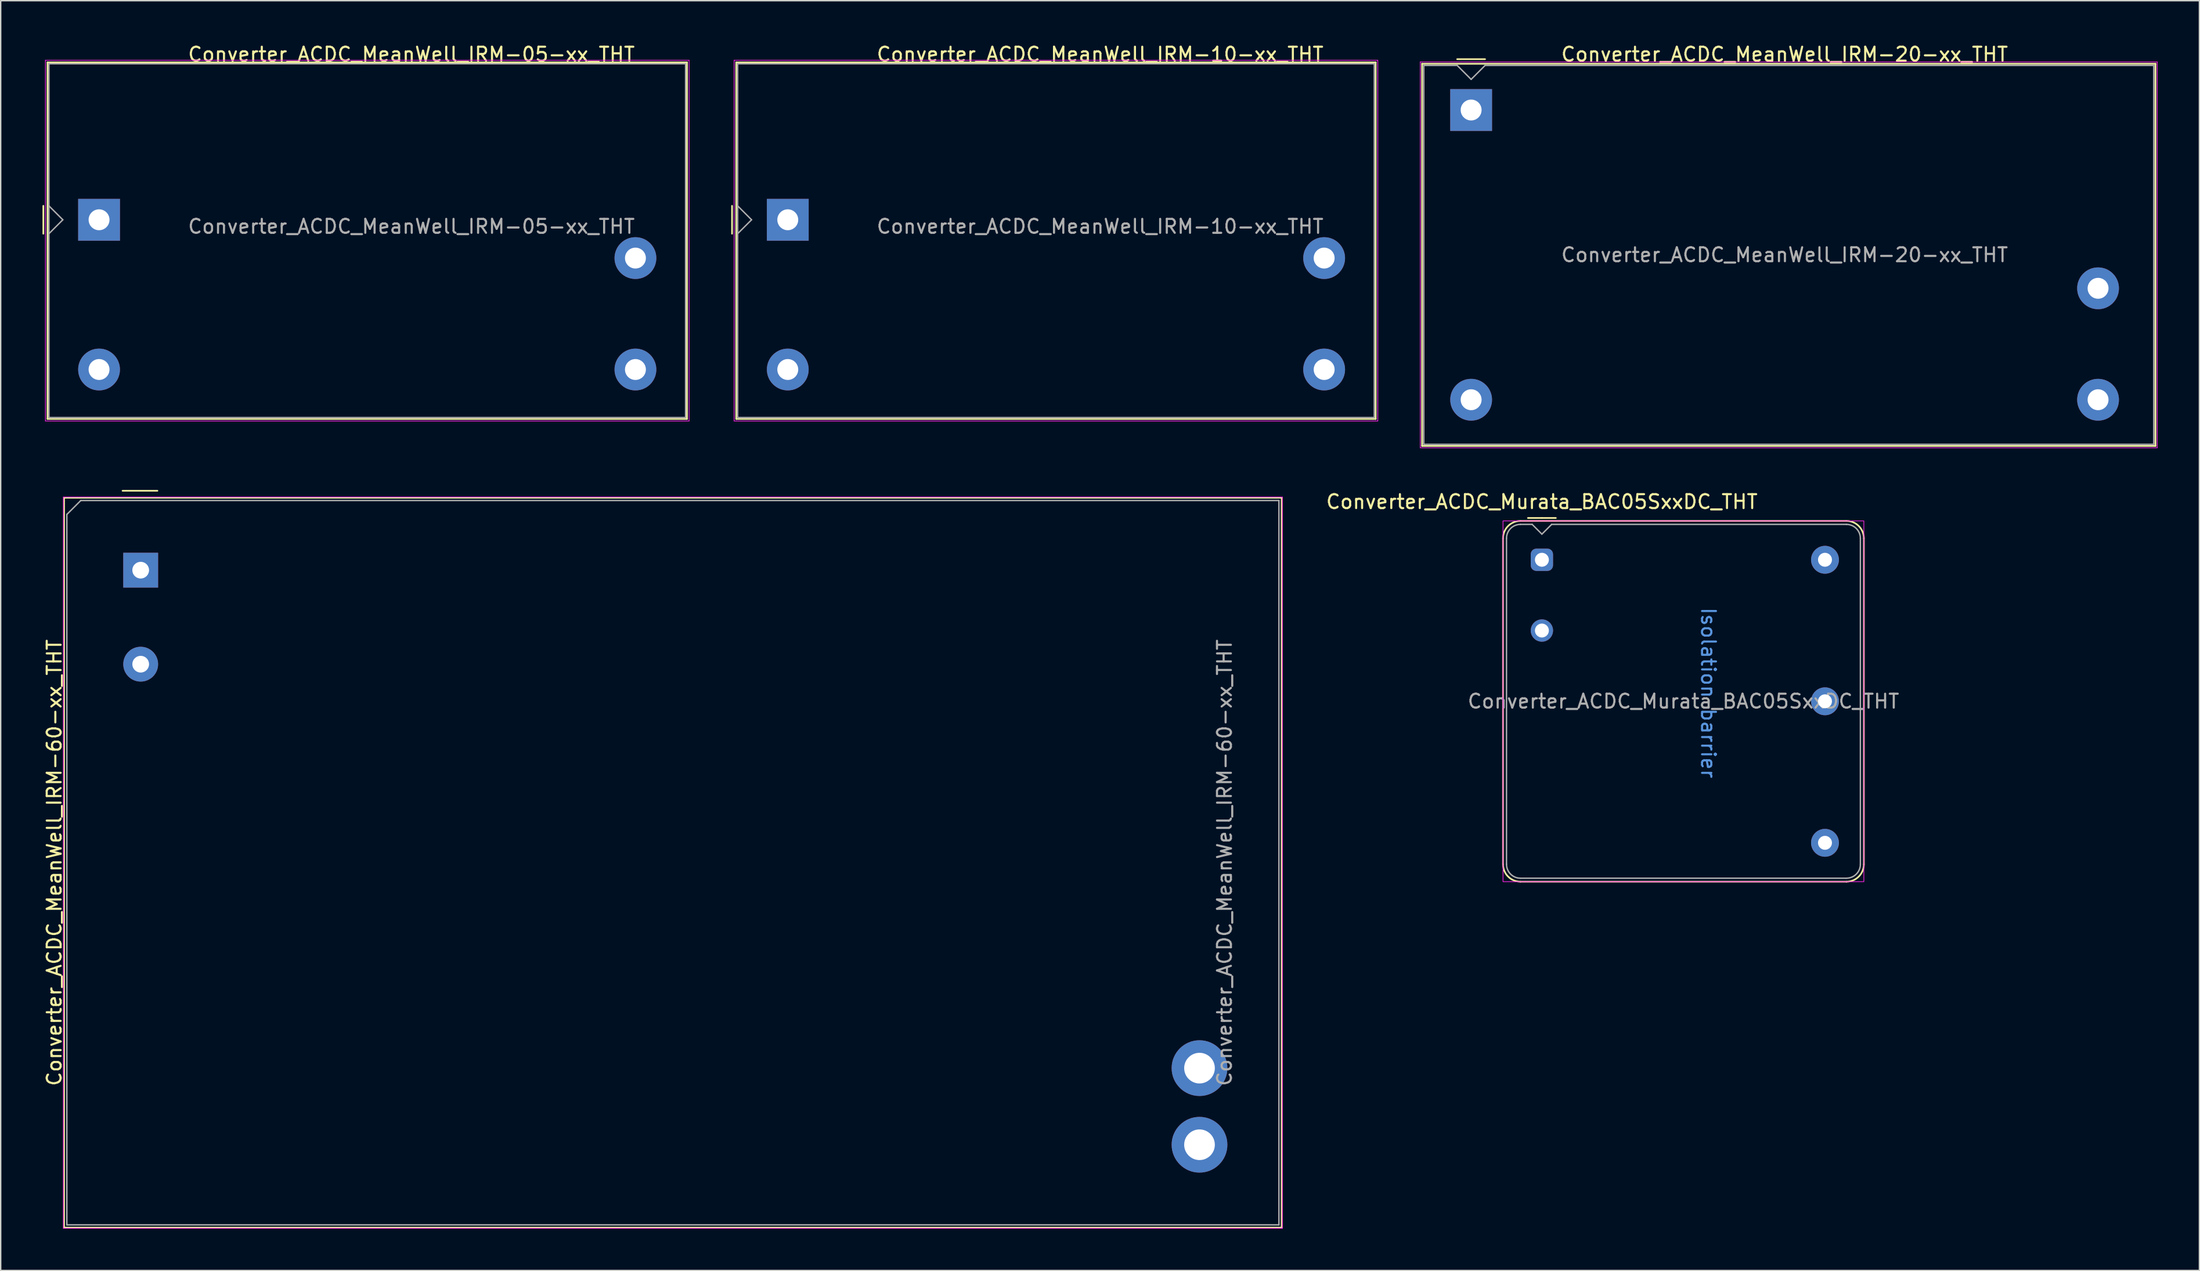
<source format=kicad_pcb>
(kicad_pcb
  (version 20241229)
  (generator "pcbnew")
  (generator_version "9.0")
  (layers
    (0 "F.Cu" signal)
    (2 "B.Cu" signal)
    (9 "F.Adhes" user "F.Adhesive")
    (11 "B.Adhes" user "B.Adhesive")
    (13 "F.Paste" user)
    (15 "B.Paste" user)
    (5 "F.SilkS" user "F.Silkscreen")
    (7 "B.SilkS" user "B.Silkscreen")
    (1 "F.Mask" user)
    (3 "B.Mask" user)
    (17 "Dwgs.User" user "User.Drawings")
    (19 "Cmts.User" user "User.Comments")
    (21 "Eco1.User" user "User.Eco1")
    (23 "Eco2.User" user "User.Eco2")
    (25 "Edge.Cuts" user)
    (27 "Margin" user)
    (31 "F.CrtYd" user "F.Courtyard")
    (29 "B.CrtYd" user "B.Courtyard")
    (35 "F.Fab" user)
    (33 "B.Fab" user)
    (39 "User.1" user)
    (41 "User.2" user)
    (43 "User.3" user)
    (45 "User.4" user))
  (footprint "Converter_ACDC_MeanWell_IRM-05-xx_THT"
    (layer "F.Cu")
    (at 4.06 12.728)
    (property "Reference" "Converter_ACDC_MeanWell_IRM-05-xx_THT" (at 22.42 -11.88 0) (layer "F.SilkS") (effects (font (size 1 1) (thickness 0.15))))
    (attr through_hole)
    (fp_line (start -4 -1) (end -4 1) (stroke (width 0.12) (type solid)) (layer "F.SilkS"))
    (fp_line (start -3.7 -11.3) (end -3.7 14.3) (stroke (width 0.12) (type solid)) (layer "F.SilkS"))
    (fp_line (start -3.7 -11.3) (end 42.2 -11.3) (stroke (width 0.12) (type solid)) (layer "F.SilkS"))
    (fp_line (start -3.7 14.3) (end 42.2 14.3) (stroke (width 0.12) (type solid)) (layer "F.SilkS"))
    (fp_line (start 42.2 -11.3) (end 42.2 14.3) (stroke (width 0.12) (type solid)) (layer "F.SilkS"))
    (fp_line (start -3.85 -11.45) (end -3.85 14.45) (stroke (width 0.05) (type solid)) (layer "F.CrtYd"))
    (fp_line (start -3.85 -11.45) (end 42.35 -11.45) (stroke (width 0.05) (type solid)) (layer "F.CrtYd"))
    (fp_line (start -3.85 14.45) (end 42.35 14.45) (stroke (width 0.05) (type solid)) (layer "F.CrtYd"))
    (fp_line (start 42.35 -11.45) (end 42.35 14.45) (stroke (width 0.05) (type solid)) (layer "F.CrtYd"))
    (fp_line (start -3.6 -11.2) (end -3.6 14.2) (stroke (width 0.1) (type solid)) (layer "F.Fab"))
    (fp_line (start -3.6 14.2) (end 42.1 14.2) (stroke (width 0.1) (type solid)) (layer "F.Fab"))
    (fp_line (start -2.6 0) (end -3.6 -1) (stroke (width 0.1) (type solid)) (layer "F.Fab"))
    (fp_line (start -2.6 0) (end -3.6 1) (stroke (width 0.1) (type solid)) (layer "F.Fab"))
    (fp_line (start 42.1 -11.2) (end -3.6 -11.2) (stroke (width 0.1) (type solid)) (layer "F.Fab"))
    (fp_line (start 42.1 -11.2) (end 42.1 14.2) (stroke (width 0.1) (type solid)) (layer "F.Fab"))
    (fp_text user "${REFERENCE}" (at 22.42 0.48 0) (layer "F.Fab") (effects (font (size 1 1) (thickness 0.15))))
    (pad "1" thru_hole rect (at 0 0) (size 3 3) (drill 1.5) (layers "*.Cu" "*.Mask"))
    (pad "2" thru_hole circle (at 0 10.75) (size 3 3) (drill 1.5) (layers "*.Cu" "*.Mask"))
    (pad "3" thru_hole circle (at 38.5 10.75) (size 3 3) (drill 1.5) (layers "*.Cu" "*.Mask"))
    (pad "4" thru_hole circle (at 38.5 2.75) (size 3 3) (drill 1.5) (layers "*.Cu" "*.Mask")))
  (footprint "Converter_ACDC_Murata_BAC05SxxDC_THT"
    (layer "F.Cu")
    (at 107.624 37.137)
    (property "Reference" "Converter_ACDC_Murata_BAC05SxxDC_THT" (at 0 -4.166 0) (unlocked yes) (layer "F.SilkS") (effects (font (size 1 1) (thickness 0.15))))
    (attr through_hole)
    (fp_line (start -2.79 -1.54) (end -2.79 21.86) (stroke (width 0.12) (type solid)) (layer "F.SilkS"))
    (fp_line (start -1.54 23.11) (end 21.86 23.11) (stroke (width 0.12) (type solid)) (layer "F.SilkS"))
    (fp_line (start 0 -3) (end -1 -3) (stroke (width 0.12) (type solid)) (layer "F.SilkS"))
    (fp_line (start 0 -3) (end 1 -3) (stroke (width 0.12) (type solid)) (layer "F.SilkS"))
    (fp_line (start 21.86 -2.79) (end -1.54 -2.79) (stroke (width 0.12) (type solid)) (layer "F.SilkS"))
    (fp_line (start 23.11 21.86) (end 23.11 -1.54) (stroke (width 0.12) (type solid)) (layer "F.SilkS"))
    (fp_arc (start -2.79 -1.54) (mid -2.423883 -2.423883) (end -1.54 -2.79) (stroke (width 0.12) (type solid)) (layer "F.SilkS"))
    (fp_arc (start -1.54 23.11) (mid -2.423883 22.743883) (end -2.79 21.86) (stroke (width 0.12) (type solid)) (layer "F.SilkS"))
    (fp_arc (start 21.86 -2.79) (mid 22.743883 -2.423883) (end 23.11 -1.54) (stroke (width 0.12) (type solid)) (layer "F.SilkS"))
    (fp_arc (start 23.11 21.86) (mid 22.743883 22.743883) (end 21.86 23.11) (stroke (width 0.12) (type solid)) (layer "F.SilkS"))
    (fp_rect (start -2.79 -2.79) (end 23.11 23.11) (stroke (width 0.05) (type solid)) (fill no) (layer "F.CrtYd"))
    (fp_line (start -2.54 21.86) (end -2.54 -1.54) (stroke (width 0.1) (type solid)) (layer "F.Fab"))
    (fp_line (start -0.7 -2.54) (end -1.54 -2.54) (stroke (width 0.1) (type solid)) (layer "F.Fab"))
    (fp_line (start 0 -1.84) (end -0.7 -2.54) (stroke (width 0.1) (type solid)) (layer "F.Fab"))
    (fp_line (start 0.7 -2.54) (end 0 -1.84) (stroke (width 0.1) (type solid)) (layer "F.Fab"))
    (fp_line (start 0.7 -2.54) (end 21.86 -2.54) (stroke (width 0.1) (type solid)) (layer "F.Fab"))
    (fp_line (start 21.86 22.86) (end -1.54 22.86) (stroke (width 0.1) (type solid)) (layer "F.Fab"))
    (fp_line (start 22.86 -1.54) (end 22.86 21.86) (stroke (width 0.1) (type solid)) (layer "F.Fab"))
    (fp_arc (start -2.54 -1.54) (mid -2.247107 -2.247107) (end -1.54 -2.54) (stroke (width 0.1) (type solid)) (layer "F.Fab"))
    (fp_arc (start -1.54 22.86) (mid -2.247107 22.567107) (end -2.54 21.86) (stroke (width 0.1) (type solid)) (layer "F.Fab"))
    (fp_arc (start 21.86 -2.54) (mid 22.567107 -2.247107) (end 22.86 -1.54) (stroke (width 0.1) (type solid)) (layer "F.Fab"))
    (fp_arc (start 22.86 21.86) (mid 22.567107 22.567107) (end 21.86 22.86) (stroke (width 0.1) (type solid)) (layer "F.Fab"))
    (fp_text user "Isolation barrier" (at 11.95 9.56 270) (unlocked yes) (layer "Cmts.User") (effects (font (size 1 1) (thickness 0.15))))
    (fp_text user "${REFERENCE}" (at 10.16 10.16 0) (unlocked yes) (layer "F.Fab") (effects (font (size 1 1) (thickness 0.15))))
    (pad "1" thru_hole roundrect (at 0 0) (size 1.6 1.6) (drill 1) (layers "*.Cu" "*.Mask") (roundrect_rratio 0.25))
    (pad "2" thru_hole circle (at 0 5.08) (size 1.6 1.6) (drill 1) (layers "*.Cu" "*.Mask"))
    (pad "3" thru_hole circle (at 20.32 20.32) (size 2 2) (drill 1) (layers "*.Cu" "*.Mask"))
    (pad "4" thru_hole circle (at 20.32 10.16) (size 2 2) (drill 1) (layers "*.Cu" "*.Mask"))
    (pad "5" thru_hole circle (at 20.32 0) (size 2 2) (drill 1) (layers "*.Cu" "*.Mask"))
    (zone (net_name "") (layers "F.Cu" "B.Cu") (name "Isolation barrier") (hatch full 0.508) (connect_pads) (min_thickness 0.254) (filled_areas_thickness no) (keepout (tracks not_allowed) (vias not_allowed) (pads not_allowed) (copperpour not_allowed) (footprints not_allowed)) (placement (enabled no)) (fill) (polygon (pts (xy 121.444 44.637) (xy 126.444 44.637) (xy 126.444 60.037) (xy 117.924 60.037) (xy 117.924 52.387) (xy 117.424 52.137) (xy 116.974 51.862) (xy 116.524 51.562) (xy 116.099 51.237) (xy 115.674 50.862) (xy 115.324 50.512) (xy 115.049 50.212) (xy 114.924 50.062) (xy 114.699 49.787) (xy 114.499 49.512) (xy 114.149 48.962) (xy 113.949 48.612) (xy 113.649 47.962) (xy 113.499 47.612) (xy 113.374 47.262) (xy 113.249 46.862) (xy 113.174 46.587) (xy 113.099 46.287) (xy 113.049 46.012) (xy 112.974 45.562) (xy 112.924 45.037) (xy 112.924 44.487) (xy 112.924 34.562) (xy 121.444 34.562)))))
  (footprint "Converter_ACDC_MeanWell_IRM-20-xx_THT"
    (layer "F.Cu")
    (at 102.545 4.848)
    (property "Reference" "Converter_ACDC_MeanWell_IRM-20-xx_THT" (at 22.5 -4 0) (layer "F.SilkS") (effects (font (size 1 1) (thickness 0.15))))
    (attr through_hole)
    (fp_line (start -3.52 -3.32) (end -3.52 24.12) (stroke (width 0.12) (type solid)) (layer "F.SilkS"))
    (fp_line (start -3.52 -3.32) (end 49.12 -3.32) (stroke (width 0.12) (type solid)) (layer "F.SilkS"))
    (fp_line (start -3.52 24.12) (end 49.12 24.12) (stroke (width 0.12) (type solid)) (layer "F.SilkS"))
    (fp_line (start 1 -3.65) (end -1 -3.65) (stroke (width 0.12) (type solid)) (layer "F.SilkS"))
    (fp_line (start 49.12 -3.32) (end 49.12 24.12) (stroke (width 0.12) (type solid)) (layer "F.SilkS"))
    (fp_line (start -3.65 -3.45) (end -3.65 24.25) (stroke (width 0.05) (type solid)) (layer "F.CrtYd"))
    (fp_line (start -3.65 -3.45) (end 49.25 -3.45) (stroke (width 0.05) (type solid)) (layer "F.CrtYd"))
    (fp_line (start -3.65 24.25) (end 49.25 24.25) (stroke (width 0.05) (type solid)) (layer "F.CrtYd"))
    (fp_line (start 49.25 -3.45) (end 49.25 24.25) (stroke (width 0.05) (type solid)) (layer "F.CrtYd"))
    (fp_line (start -3.4 -3.2) (end -3.4 24) (stroke (width 0.1) (type solid)) (layer "F.Fab"))
    (fp_line (start -3.4 24) (end 49 24) (stroke (width 0.1) (type solid)) (layer "F.Fab"))
    (fp_line (start -1 -3.2) (end -3.4 -3.2) (stroke (width 0.1) (type solid)) (layer "F.Fab"))
    (fp_line (start 0 -2.2) (end -1 -3.2) (stroke (width 0.1) (type solid)) (layer "F.Fab"))
    (fp_line (start 1 -3.2) (end 0 -2.2) (stroke (width 0.1) (type solid)) (layer "F.Fab"))
    (fp_line (start 49 -3.2) (end 1 -3.2) (stroke (width 0.1) (type solid)) (layer "F.Fab"))
    (fp_line (start 49 -3.2) (end 49 24) (stroke (width 0.1) (type solid)) (layer "F.Fab"))
    (fp_text user "${REFERENCE}" (at 22.5 10.4 0) (layer "F.Fab") (effects (font (size 1 1) (thickness 0.15))))
    (pad "1" thru_hole rect (at 0 0) (size 3 3) (drill 1.5) (layers "*.Cu" "*.Mask"))
    (pad "2" thru_hole circle (at 0 20.8) (size 3 3) (drill 1.5) (layers "*.Cu" "*.Mask"))
    (pad "3" thru_hole circle (at 45 20.8) (size 3 3) (drill 1.5) (layers "*.Cu" "*.Mask"))
    (pad "4" thru_hole circle (at 45 12.8) (size 3 3) (drill 1.5) (layers "*.Cu" "*.Mask")))
  (footprint "Converter_ACDC_MeanWell_IRM-10-xx_THT"
    (layer "F.Cu")
    (at 53.495 12.728)
    (property "Reference" "Converter_ACDC_MeanWell_IRM-10-xx_THT" (at 22.42 -11.88 0) (layer "F.SilkS") (effects (font (size 1 1) (thickness 0.15))))
    (attr through_hole)
    (fp_line (start -4 -1) (end -4 1) (stroke (width 0.12) (type solid)) (layer "F.SilkS"))
    (fp_line (start -3.7 -11.3) (end -3.7 14.3) (stroke (width 0.12) (type solid)) (layer "F.SilkS"))
    (fp_line (start -3.7 -11.3) (end 42.2 -11.3) (stroke (width 0.12) (type solid)) (layer "F.SilkS"))
    (fp_line (start -3.7 14.3) (end 42.2 14.3) (stroke (width 0.12) (type solid)) (layer "F.SilkS"))
    (fp_line (start 42.2 -11.3) (end 42.2 14.3) (stroke (width 0.12) (type solid)) (layer "F.SilkS"))
    (fp_line (start -3.85 -11.45) (end -3.85 14.45) (stroke (width 0.05) (type solid)) (layer "F.CrtYd"))
    (fp_line (start -3.85 -11.45) (end 42.35 -11.45) (stroke (width 0.05) (type solid)) (layer "F.CrtYd"))
    (fp_line (start -3.85 14.45) (end 42.35 14.45) (stroke (width 0.05) (type solid)) (layer "F.CrtYd"))
    (fp_line (start 42.35 -11.45) (end 42.35 14.45) (stroke (width 0.05) (type solid)) (layer "F.CrtYd"))
    (fp_line (start -3.6 -11.2) (end -3.6 14.2) (stroke (width 0.1) (type solid)) (layer "F.Fab"))
    (fp_line (start -3.6 -1) (end -2.6 0) (stroke (width 0.1) (type solid)) (layer "F.Fab"))
    (fp_line (start -3.6 1) (end -2.6 0) (stroke (width 0.1) (type solid)) (layer "F.Fab"))
    (fp_line (start -3.6 14.2) (end 42.1 14.2) (stroke (width 0.1) (type solid)) (layer "F.Fab"))
    (fp_line (start 42.1 -11.2) (end -3.6 -11.2) (stroke (width 0.1) (type solid)) (layer "F.Fab"))
    (fp_line (start 42.1 -11.2) (end 42.1 14.2) (stroke (width 0.1) (type solid)) (layer "F.Fab"))
    (fp_text user "${REFERENCE}" (at 22.42 0.48 0) (layer "F.Fab") (effects (font (size 1 1) (thickness 0.15))))
    (pad "1" thru_hole rect (at 0 0) (size 3 3) (drill 1.5) (layers "*.Cu" "*.Mask"))
    (pad "2" thru_hole circle (at 0 10.75) (size 3 3) (drill 1.5) (layers "*.Cu" "*.Mask"))
    (pad "3" thru_hole circle (at 38.5 10.75) (size 3 3) (drill 1.5) (layers "*.Cu" "*.Mask"))
    (pad "4" thru_hole circle (at 38.5 2.75) (size 3 3) (drill 1.5) (layers "*.Cu" "*.Mask")))
  (footprint "Converter_ACDC_MeanWell_IRM-60-xx_THT"
    (layer "F.Cu")
    (at 7.048 37.883)
    (property "Reference" "Converter_ACDC_MeanWell_IRM-60-xx_THT" (at -6.2 21 90) (layer "F.SilkS") (effects (font (size 1 1) (thickness 0.15))))
    (attr through_hole)
    (fp_line (start -5.5 -5.2) (end -5.5 47.2) (stroke (width 0.12) (type solid)) (layer "F.SilkS"))
    (fp_line (start -5.5 47.2) (end 81.9 47.2) (stroke (width 0.12) (type solid)) (layer "F.SilkS"))
    (fp_line (start -1.3 -5.7) (end 1.2 -5.7) (stroke (width 0.12) (type solid)) (layer "F.SilkS"))
    (fp_line (start 81.9 -5.2) (end -5.5 -5.2) (stroke (width 0.12) (type solid)) (layer "F.SilkS"))
    (fp_line (start 81.9 47.2) (end 81.9 -5.2) (stroke (width 0.12) (type solid)) (layer "F.SilkS"))
    (fp_line (start -5.55 -5.25) (end 81.95 -5.25) (stroke (width 0.05) (type solid)) (layer "F.CrtYd"))
    (fp_line (start -5.55 47.25) (end -5.55 -5.25) (stroke (width 0.05) (type solid)) (layer "F.CrtYd"))
    (fp_line (start 81.95 -5.25) (end 81.95 47.25) (stroke (width 0.05) (type solid)) (layer "F.CrtYd"))
    (fp_line (start 81.95 47.25) (end -5.55 47.25) (stroke (width 0.05) (type solid)) (layer "F.CrtYd"))
    (fp_line (start -5.3 -4) (end -4.3 -5) (stroke (width 0.1) (type solid)) (layer "F.Fab"))
    (fp_line (start -5.3 47) (end -5.3 -4) (stroke (width 0.1) (type solid)) (layer "F.Fab"))
    (fp_line (start -5.3 47) (end 81.7 47) (stroke (width 0.1) (type solid)) (layer "F.Fab"))
    (fp_line (start -4.3 -5) (end 81.7 -5) (stroke (width 0.1) (type solid)) (layer "F.Fab"))
    (fp_line (start 81.7 47) (end 81.7 -5) (stroke (width 0.1) (type solid)) (layer "F.Fab"))
    (fp_text user "${REFERENCE}" (at 77.8 21 90) (layer "F.Fab") (effects (font (size 1 1) (thickness 0.15))))
    (pad "1" thru_hole rect (at 0 0) (size 2.5 2.5) (drill 1.2) (layers "*.Cu" "*.Mask"))
    (pad "2" thru_hole circle (at 0 6.75) (size 2.5 2.5) (drill 1.2) (layers "*.Cu" "*.Mask"))
    (pad "3" thru_hole circle (at 76 41.25) (size 4 4) (drill 2.2) (layers "*.Cu" "*.Mask"))
    (pad "4" thru_hole circle (at 76 35.75) (size 4 4) (drill 2.2) (layers "*.Cu" "*.Mask")))
  (gr_rect
    (start -3 -3)
    (end 154.82 88.158)
    (stroke (width 0.1) (type default))
    (fill no)
    (layer "Edge.Cuts")))
</source>
